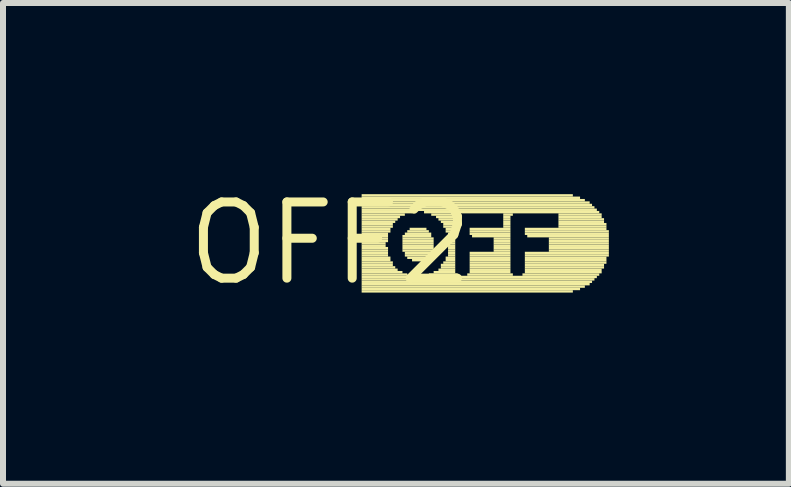
<source format=kicad_pcb>
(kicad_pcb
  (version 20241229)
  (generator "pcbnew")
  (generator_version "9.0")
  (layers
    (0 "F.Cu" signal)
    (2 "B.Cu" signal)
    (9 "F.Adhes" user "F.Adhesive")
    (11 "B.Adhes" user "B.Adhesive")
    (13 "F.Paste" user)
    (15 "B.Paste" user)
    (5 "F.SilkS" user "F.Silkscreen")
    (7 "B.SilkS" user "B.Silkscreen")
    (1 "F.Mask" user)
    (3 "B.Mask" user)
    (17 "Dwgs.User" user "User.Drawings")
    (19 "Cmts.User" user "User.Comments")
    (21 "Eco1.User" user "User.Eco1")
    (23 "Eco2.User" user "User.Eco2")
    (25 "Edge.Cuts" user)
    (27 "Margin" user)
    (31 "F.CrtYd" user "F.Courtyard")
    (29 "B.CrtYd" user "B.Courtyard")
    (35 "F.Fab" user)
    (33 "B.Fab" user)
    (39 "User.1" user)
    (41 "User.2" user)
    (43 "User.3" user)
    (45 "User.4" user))
  (footprint "OFF2"
    (layer "F.Cu")
    (at 2.457 1.006)
    (property "Reference" "OFF2" (at 0 0 0) (layer "F.SilkS") (effects (font (size 1.27 1.27) (thickness 0.15))))
    (fp_poly (pts (xy 0.52 -0.78) (xy 4.04 -0.78) (xy 4.04 -0.82) (xy 0.52 -0.82)) (stroke (width 0) (type solid)) (fill yes) (layer "F.SilkS"))
    (fp_poly (pts (xy 0.52 -0.74) (xy 4.16 -0.74) (xy 4.16 -0.78) (xy 0.52 -0.78)) (stroke (width 0) (type solid)) (fill yes) (layer "F.SilkS"))
    (fp_poly (pts (xy 0.52 -0.7) (xy 4.24 -0.7) (xy 4.24 -0.74) (xy 0.52 -0.74)) (stroke (width 0) (type solid)) (fill yes) (layer "F.SilkS"))
    (fp_poly (pts (xy 0.52 -0.66) (xy 4.32 -0.66) (xy 4.32 -0.7) (xy 0.52 -0.7)) (stroke (width 0) (type solid)) (fill yes) (layer "F.SilkS"))
    (fp_poly (pts (xy 0.52 -0.62) (xy 4.36 -0.62) (xy 4.36 -0.66) (xy 0.52 -0.66)) (stroke (width 0) (type solid)) (fill yes) (layer "F.SilkS"))
    (fp_poly (pts (xy 0.52 -0.58) (xy 4.4 -0.58) (xy 4.4 -0.62) (xy 0.52 -0.62)) (stroke (width 0) (type solid)) (fill yes) (layer "F.SilkS"))
    (fp_poly (pts (xy 0.52 -0.54) (xy 4.44 -0.54) (xy 4.44 -0.58) (xy 0.52 -0.58)) (stroke (width 0) (type solid)) (fill yes) (layer "F.SilkS"))
    (fp_poly (pts (xy 0.52 -0.5) (xy 1.36 -0.5) (xy 1.36 -0.54) (xy 0.52 -0.54)) (stroke (width 0) (type solid)) (fill yes) (layer "F.SilkS"))
    (fp_poly (pts (xy 0.52 -0.46) (xy 1.24 -0.46) (xy 1.24 -0.5) (xy 0.52 -0.5)) (stroke (width 0) (type solid)) (fill yes) (layer "F.SilkS"))
    (fp_poly (pts (xy 0.52 -0.42) (xy 1.16 -0.42) (xy 1.16 -0.46) (xy 0.52 -0.46)) (stroke (width 0) (type solid)) (fill yes) (layer "F.SilkS"))
    (fp_poly (pts (xy 0.52 -0.38) (xy 1.12 -0.38) (xy 1.12 -0.42) (xy 0.52 -0.42)) (stroke (width 0) (type solid)) (fill yes) (layer "F.SilkS"))
    (fp_poly (pts (xy 0.52 -0.34) (xy 1.08 -0.34) (xy 1.08 -0.38) (xy 0.52 -0.38)) (stroke (width 0) (type solid)) (fill yes) (layer "F.SilkS"))
    (fp_poly (pts (xy 0.52 -0.3) (xy 1.04 -0.3) (xy 1.04 -0.34) (xy 0.52 -0.34)) (stroke (width 0) (type solid)) (fill yes) (layer "F.SilkS"))
    (fp_poly (pts (xy 0.52 -0.26) (xy 1.04 -0.26) (xy 1.04 -0.3) (xy 0.52 -0.3)) (stroke (width 0) (type solid)) (fill yes) (layer "F.SilkS"))
    (fp_poly (pts (xy 0.52 -0.22) (xy 1 -0.22) (xy 1 -0.26) (xy 0.52 -0.26)) (stroke (width 0) (type solid)) (fill yes) (layer "F.SilkS"))
    (fp_poly (pts (xy 0.52 -0.18) (xy 1 -0.18) (xy 1 -0.22) (xy 0.52 -0.22)) (stroke (width 0) (type solid)) (fill yes) (layer "F.SilkS"))
    (fp_poly (pts (xy 0.52 -0.14) (xy 0.96 -0.14) (xy 0.96 -0.18) (xy 0.52 -0.18)) (stroke (width 0) (type solid)) (fill yes) (layer "F.SilkS"))
    (fp_poly (pts (xy 0.52 -0.1) (xy 0.96 -0.1) (xy 0.96 -0.14) (xy 0.52 -0.14)) (stroke (width 0) (type solid)) (fill yes) (layer "F.SilkS"))
    (fp_poly (pts (xy 0.52 -0.06) (xy 0.96 -0.06) (xy 0.96 -0.1) (xy 0.52 -0.1)) (stroke (width 0) (type solid)) (fill yes) (layer "F.SilkS"))
    (fp_poly (pts (xy 0.52 -0.02) (xy 0.96 -0.02) (xy 0.96 -0.06) (xy 0.52 -0.06)) (stroke (width 0) (type solid)) (fill yes) (layer "F.SilkS"))
    (fp_poly (pts (xy 0.52 0.02) (xy 0.92 0.02) (xy 0.92 -0.02) (xy 0.52 -0.02)) (stroke (width 0) (type solid)) (fill yes) (layer "F.SilkS"))
    (fp_poly (pts (xy 0.52 0.06) (xy 0.92 0.06) (xy 0.92 0.02) (xy 0.52 0.02)) (stroke (width 0) (type solid)) (fill yes) (layer "F.SilkS"))
    (fp_poly (pts (xy 0.52 0.1) (xy 0.96 0.1) (xy 0.96 0.06) (xy 0.52 0.06)) (stroke (width 0) (type solid)) (fill yes) (layer "F.SilkS"))
    (fp_poly (pts (xy 0.52 0.14) (xy 0.96 0.14) (xy 0.96 0.1) (xy 0.52 0.1)) (stroke (width 0) (type solid)) (fill yes) (layer "F.SilkS"))
    (fp_poly (pts (xy 0.52 0.18) (xy 0.96 0.18) (xy 0.96 0.14) (xy 0.52 0.14)) (stroke (width 0) (type solid)) (fill yes) (layer "F.SilkS"))
    (fp_poly (pts (xy 0.52 0.22) (xy 0.96 0.22) (xy 0.96 0.18) (xy 0.52 0.18)) (stroke (width 0) (type solid)) (fill yes) (layer "F.SilkS"))
    (fp_poly (pts (xy 0.52 0.26) (xy 1 0.26) (xy 1 0.22) (xy 0.52 0.22)) (stroke (width 0) (type solid)) (fill yes) (layer "F.SilkS"))
    (fp_poly (pts (xy 0.52 0.3) (xy 1 0.3) (xy 1 0.26) (xy 0.52 0.26)) (stroke (width 0) (type solid)) (fill yes) (layer "F.SilkS"))
    (fp_poly (pts (xy 0.52 0.34) (xy 1.04 0.34) (xy 1.04 0.3) (xy 0.52 0.3)) (stroke (width 0) (type solid)) (fill yes) (layer "F.SilkS"))
    (fp_poly (pts (xy 0.52 0.38) (xy 1.04 0.38) (xy 1.04 0.34) (xy 0.52 0.34)) (stroke (width 0) (type solid)) (fill yes) (layer "F.SilkS"))
    (fp_poly (pts (xy 0.52 0.42) (xy 1.08 0.42) (xy 1.08 0.38) (xy 0.52 0.38)) (stroke (width 0) (type solid)) (fill yes) (layer "F.SilkS"))
    (fp_poly (pts (xy 0.52 0.46) (xy 1.12 0.46) (xy 1.12 0.42) (xy 0.52 0.42)) (stroke (width 0) (type solid)) (fill yes) (layer "F.SilkS"))
    (fp_poly (pts (xy 0.52 0.5) (xy 1.2 0.5) (xy 1.2 0.46) (xy 0.52 0.46)) (stroke (width 0) (type solid)) (fill yes) (layer "F.SilkS"))
    (fp_poly (pts (xy 0.52 0.54) (xy 1.28 0.54) (xy 1.28 0.5) (xy 0.52 0.5)) (stroke (width 0) (type solid)) (fill yes) (layer "F.SilkS"))
    (fp_poly (pts (xy 0.52 0.58) (xy 4.44 0.58) (xy 4.44 0.54) (xy 0.52 0.54)) (stroke (width 0) (type solid)) (fill yes) (layer "F.SilkS"))
    (fp_poly (pts (xy 0.52 0.62) (xy 4.4 0.62) (xy 4.4 0.58) (xy 0.52 0.58)) (stroke (width 0) (type solid)) (fill yes) (layer "F.SilkS"))
    (fp_poly (pts (xy 0.52 0.66) (xy 4.36 0.66) (xy 4.36 0.62) (xy 0.52 0.62)) (stroke (width 0) (type solid)) (fill yes) (layer "F.SilkS"))
    (fp_poly (pts (xy 0.52 0.7) (xy 4.32 0.7) (xy 4.32 0.66) (xy 0.52 0.66)) (stroke (width 0) (type solid)) (fill yes) (layer "F.SilkS"))
    (fp_poly (pts (xy 0.52 0.74) (xy 4.24 0.74) (xy 4.24 0.7) (xy 0.52 0.7)) (stroke (width 0) (type solid)) (fill yes) (layer "F.SilkS"))
    (fp_poly (pts (xy 0.52 0.78) (xy 4.16 0.78) (xy 4.16 0.74) (xy 0.52 0.74)) (stroke (width 0) (type solid)) (fill yes) (layer "F.SilkS"))
    (fp_poly (pts (xy 0.52 0.82) (xy 4.04 0.82) (xy 4.04 0.78) (xy 0.52 0.78)) (stroke (width 0) (type solid)) (fill yes) (layer "F.SilkS"))
    (fp_poly (pts (xy 1.2 -0.1) (xy 1.68 -0.1) (xy 1.68 -0.14) (xy 1.2 -0.14)) (stroke (width 0) (type solid)) (fill yes) (layer "F.SilkS"))
    (fp_poly (pts (xy 1.2 -0.06) (xy 1.72 -0.06) (xy 1.72 -0.1) (xy 1.2 -0.1)) (stroke (width 0) (type solid)) (fill yes) (layer "F.SilkS"))
    (fp_poly (pts (xy 1.2 -0.02) (xy 1.72 -0.02) (xy 1.72 -0.06) (xy 1.2 -0.06)) (stroke (width 0) (type solid)) (fill yes) (layer "F.SilkS"))
    (fp_poly (pts (xy 1.2 0.02) (xy 1.72 0.02) (xy 1.72 -0.02) (xy 1.2 -0.02)) (stroke (width 0) (type solid)) (fill yes) (layer "F.SilkS"))
    (fp_poly (pts (xy 1.2 0.06) (xy 1.72 0.06) (xy 1.72 0.02) (xy 1.2 0.02)) (stroke (width 0) (type solid)) (fill yes) (layer "F.SilkS"))
    (fp_poly (pts (xy 1.2 0.1) (xy 1.72 0.1) (xy 1.72 0.06) (xy 1.2 0.06)) (stroke (width 0) (type solid)) (fill yes) (layer "F.SilkS"))
    (fp_poly (pts (xy 1.2 0.14) (xy 1.72 0.14) (xy 1.72 0.1) (xy 1.2 0.1)) (stroke (width 0) (type solid)) (fill yes) (layer "F.SilkS"))
    (fp_poly (pts (xy 1.24 -0.14) (xy 1.68 -0.14) (xy 1.68 -0.18) (xy 1.24 -0.18)) (stroke (width 0) (type solid)) (fill yes) (layer "F.SilkS"))
    (fp_poly (pts (xy 1.24 0.18) (xy 1.68 0.18) (xy 1.68 0.14) (xy 1.24 0.14)) (stroke (width 0) (type solid)) (fill yes) (layer "F.SilkS"))
    (fp_poly (pts (xy 1.24 0.22) (xy 1.68 0.22) (xy 1.68 0.18) (xy 1.24 0.18)) (stroke (width 0) (type solid)) (fill yes) (layer "F.SilkS"))
    (fp_poly (pts (xy 1.28 -0.18) (xy 1.64 -0.18) (xy 1.64 -0.22) (xy 1.28 -0.22)) (stroke (width 0) (type solid)) (fill yes) (layer "F.SilkS"))
    (fp_poly (pts (xy 1.28 0.26) (xy 1.64 0.26) (xy 1.64 0.22) (xy 1.28 0.22)) (stroke (width 0) (type solid)) (fill yes) (layer "F.SilkS"))
    (fp_poly (pts (xy 1.32 -0.22) (xy 1.6 -0.22) (xy 1.6 -0.26) (xy 1.32 -0.26)) (stroke (width 0) (type solid)) (fill yes) (layer "F.SilkS"))
    (fp_poly (pts (xy 1.36 0.3) (xy 1.56 0.3) (xy 1.56 0.26) (xy 1.36 0.26)) (stroke (width 0) (type solid)) (fill yes) (layer "F.SilkS"))
    (fp_poly (pts (xy 1.56 -0.5) (xy 4.48 -0.5) (xy 4.48 -0.54) (xy 1.56 -0.54)) (stroke (width 0) (type solid)) (fill yes) (layer "F.SilkS"))
    (fp_poly (pts (xy 1.64 0.54) (xy 2.12 0.54) (xy 2.12 0.5) (xy 1.64 0.5)) (stroke (width 0) (type solid)) (fill yes) (layer "F.SilkS"))
    (fp_poly (pts (xy 1.68 -0.46) (xy 2.12 -0.46) (xy 2.12 -0.5) (xy 1.68 -0.5)) (stroke (width 0) (type solid)) (fill yes) (layer "F.SilkS"))
    (fp_poly (pts (xy 1.72 0.5) (xy 2.08 0.5) (xy 2.08 0.46) (xy 1.72 0.46)) (stroke (width 0) (type solid)) (fill yes) (layer "F.SilkS"))
    (fp_poly (pts (xy 1.76 -0.42) (xy 2.08 -0.42) (xy 2.08 -0.46) (xy 1.76 -0.46)) (stroke (width 0) (type solid)) (fill yes) (layer "F.SilkS"))
    (fp_poly (pts (xy 1.8 -0.38) (xy 2.08 -0.38) (xy 2.08 -0.42) (xy 1.8 -0.42)) (stroke (width 0) (type solid)) (fill yes) (layer "F.SilkS"))
    (fp_poly (pts (xy 1.8 0.46) (xy 2.08 0.46) (xy 2.08 0.42) (xy 1.8 0.42)) (stroke (width 0) (type solid)) (fill yes) (layer "F.SilkS"))
    (fp_poly (pts (xy 1.84 -0.34) (xy 2.08 -0.34) (xy 2.08 -0.38) (xy 1.84 -0.38)) (stroke (width 0) (type solid)) (fill yes) (layer "F.SilkS"))
    (fp_poly (pts (xy 1.84 0.38) (xy 2.08 0.38) (xy 2.08 0.34) (xy 1.84 0.34)) (stroke (width 0) (type solid)) (fill yes) (layer "F.SilkS"))
    (fp_poly (pts (xy 1.84 0.42) (xy 2.08 0.42) (xy 2.08 0.38) (xy 1.84 0.38)) (stroke (width 0) (type solid)) (fill yes) (layer "F.SilkS"))
    (fp_poly (pts (xy 1.88 -0.3) (xy 2.08 -0.3) (xy 2.08 -0.34) (xy 1.88 -0.34)) (stroke (width 0) (type solid)) (fill yes) (layer "F.SilkS"))
    (fp_poly (pts (xy 1.88 -0.26) (xy 2.08 -0.26) (xy 2.08 -0.3) (xy 1.88 -0.3)) (stroke (width 0) (type solid)) (fill yes) (layer "F.SilkS"))
    (fp_poly (pts (xy 1.88 0.34) (xy 2.08 0.34) (xy 2.08 0.3) (xy 1.88 0.3)) (stroke (width 0) (type solid)) (fill yes) (layer "F.SilkS"))
    (fp_poly (pts (xy 1.92 -0.22) (xy 2.08 -0.22) (xy 2.08 -0.26) (xy 1.92 -0.26)) (stroke (width 0) (type solid)) (fill yes) (layer "F.SilkS"))
    (fp_poly (pts (xy 1.92 -0.18) (xy 2.08 -0.18) (xy 2.08 -0.22) (xy 1.92 -0.22)) (stroke (width 0) (type solid)) (fill yes) (layer "F.SilkS"))
    (fp_poly (pts (xy 1.92 0.26) (xy 2.08 0.26) (xy 2.08 0.22) (xy 1.92 0.22)) (stroke (width 0) (type solid)) (fill yes) (layer "F.SilkS"))
    (fp_poly (pts (xy 1.92 0.3) (xy 2.08 0.3) (xy 2.08 0.26) (xy 1.92 0.26)) (stroke (width 0) (type solid)) (fill yes) (layer "F.SilkS"))
    (fp_poly (pts (xy 1.96 -0.14) (xy 2.08 -0.14) (xy 2.08 -0.18) (xy 1.96 -0.18)) (stroke (width 0) (type solid)) (fill yes) (layer "F.SilkS"))
    (fp_poly (pts (xy 1.96 -0.1) (xy 2.08 -0.1) (xy 2.08 -0.14) (xy 1.96 -0.14)) (stroke (width 0) (type solid)) (fill yes) (layer "F.SilkS"))
    (fp_poly (pts (xy 1.96 -0.06) (xy 2.08 -0.06) (xy 2.08 -0.1) (xy 1.96 -0.1)) (stroke (width 0) (type solid)) (fill yes) (layer "F.SilkS"))
    (fp_poly (pts (xy 1.96 -0.02) (xy 2.08 -0.02) (xy 2.08 -0.06) (xy 1.96 -0.06)) (stroke (width 0) (type solid)) (fill yes) (layer "F.SilkS"))
    (fp_poly (pts (xy 1.96 0.02) (xy 2.08 0.02) (xy 2.08 -0.02) (xy 1.96 -0.02)) (stroke (width 0) (type solid)) (fill yes) (layer "F.SilkS"))
    (fp_poly (pts (xy 1.96 0.06) (xy 2.08 0.06) (xy 2.08 0.02) (xy 1.96 0.02)) (stroke (width 0) (type solid)) (fill yes) (layer "F.SilkS"))
    (fp_poly (pts (xy 1.96 0.1) (xy 2.08 0.1) (xy 2.08 0.06) (xy 1.96 0.06)) (stroke (width 0) (type solid)) (fill yes) (layer "F.SilkS"))
    (fp_poly (pts (xy 1.96 0.14) (xy 2.08 0.14) (xy 2.08 0.1) (xy 1.96 0.1)) (stroke (width 0) (type solid)) (fill yes) (layer "F.SilkS"))
    (fp_poly (pts (xy 1.96 0.18) (xy 2.08 0.18) (xy 2.08 0.14) (xy 1.96 0.14)) (stroke (width 0) (type solid)) (fill yes) (layer "F.SilkS"))
    (fp_poly (pts (xy 1.96 0.22) (xy 2.08 0.22) (xy 2.08 0.18) (xy 1.96 0.18)) (stroke (width 0) (type solid)) (fill yes) (layer "F.SilkS"))
    (fp_poly (pts (xy 2.28 0.54) (xy 3.04 0.54) (xy 3.04 0.5) (xy 2.28 0.5)) (stroke (width 0) (type solid)) (fill yes) (layer "F.SilkS"))
    (fp_poly (pts (xy 2.32 -0.22) (xy 3 -0.22) (xy 3 -0.26) (xy 2.32 -0.26)) (stroke (width 0) (type solid)) (fill yes) (layer "F.SilkS"))
    (fp_poly (pts (xy 2.32 -0.18) (xy 3 -0.18) (xy 3 -0.22) (xy 2.32 -0.22)) (stroke (width 0) (type solid)) (fill yes) (layer "F.SilkS"))
    (fp_poly (pts (xy 2.32 -0.14) (xy 3 -0.14) (xy 3 -0.18) (xy 2.32 -0.18)) (stroke (width 0) (type solid)) (fill yes) (layer "F.SilkS"))
    (fp_poly (pts (xy 2.32 0.18) (xy 3 0.18) (xy 3 0.14) (xy 2.32 0.14)) (stroke (width 0) (type solid)) (fill yes) (layer "F.SilkS"))
    (fp_poly (pts (xy 2.32 0.22) (xy 3 0.22) (xy 3 0.18) (xy 2.32 0.18)) (stroke (width 0) (type solid)) (fill yes) (layer "F.SilkS"))
    (fp_poly (pts (xy 2.32 0.26) (xy 3 0.26) (xy 3 0.22) (xy 2.32 0.22)) (stroke (width 0) (type solid)) (fill yes) (layer "F.SilkS"))
    (fp_poly (pts (xy 2.32 0.3) (xy 3 0.3) (xy 3 0.26) (xy 2.32 0.26)) (stroke (width 0) (type solid)) (fill yes) (layer "F.SilkS"))
    (fp_poly (pts (xy 2.32 0.34) (xy 3 0.34) (xy 3 0.3) (xy 2.32 0.3)) (stroke (width 0) (type solid)) (fill yes) (layer "F.SilkS"))
    (fp_poly (pts (xy 2.32 0.38) (xy 3 0.38) (xy 3 0.34) (xy 2.32 0.34)) (stroke (width 0) (type solid)) (fill yes) (layer "F.SilkS"))
    (fp_poly (pts (xy 2.32 0.42) (xy 3 0.42) (xy 3 0.38) (xy 2.32 0.38)) (stroke (width 0) (type solid)) (fill yes) (layer "F.SilkS"))
    (fp_poly (pts (xy 2.32 0.46) (xy 3 0.46) (xy 3 0.42) (xy 2.32 0.42)) (stroke (width 0) (type solid)) (fill yes) (layer "F.SilkS"))
    (fp_poly (pts (xy 2.32 0.5) (xy 3 0.5) (xy 3 0.46) (xy 2.32 0.46)) (stroke (width 0) (type solid)) (fill yes) (layer "F.SilkS"))
    (fp_poly (pts (xy 2.36 -0.1) (xy 3 -0.1) (xy 3 -0.14) (xy 2.36 -0.14)) (stroke (width 0) (type solid)) (fill yes) (layer "F.SilkS"))
    (fp_poly (pts (xy 2.72 -0.06) (xy 3 -0.06) (xy 3 -0.1) (xy 2.72 -0.1)) (stroke (width 0) (type solid)) (fill yes) (layer "F.SilkS"))
    (fp_poly (pts (xy 2.72 -0.02) (xy 3 -0.02) (xy 3 -0.06) (xy 2.72 -0.06)) (stroke (width 0) (type solid)) (fill yes) (layer "F.SilkS"))
    (fp_poly (pts (xy 2.72 0.02) (xy 3 0.02) (xy 3 -0.02) (xy 2.72 -0.02)) (stroke (width 0) (type solid)) (fill yes) (layer "F.SilkS"))
    (fp_poly (pts (xy 2.72 0.06) (xy 3 0.06) (xy 3 0.02) (xy 2.72 0.02)) (stroke (width 0) (type solid)) (fill yes) (layer "F.SilkS"))
    (fp_poly (pts (xy 2.72 0.1) (xy 3 0.1) (xy 3 0.06) (xy 2.72 0.06)) (stroke (width 0) (type solid)) (fill yes) (layer "F.SilkS"))
    (fp_poly (pts (xy 2.72 0.14) (xy 3 0.14) (xy 3 0.1) (xy 2.72 0.1)) (stroke (width 0) (type solid)) (fill yes) (layer "F.SilkS"))
    (fp_poly (pts (xy 2.88 -0.46) (xy 3.04 -0.46) (xy 3.04 -0.5) (xy 2.88 -0.5)) (stroke (width 0) (type solid)) (fill yes) (layer "F.SilkS"))
    (fp_poly (pts (xy 2.88 -0.42) (xy 3 -0.42) (xy 3 -0.46) (xy 2.88 -0.46)) (stroke (width 0) (type solid)) (fill yes) (layer "F.SilkS"))
    (fp_poly (pts (xy 2.88 -0.38) (xy 3 -0.38) (xy 3 -0.42) (xy 2.88 -0.42)) (stroke (width 0) (type solid)) (fill yes) (layer "F.SilkS"))
    (fp_poly (pts (xy 2.88 -0.34) (xy 3 -0.34) (xy 3 -0.38) (xy 2.88 -0.38)) (stroke (width 0) (type solid)) (fill yes) (layer "F.SilkS"))
    (fp_poly (pts (xy 2.88 -0.3) (xy 3 -0.3) (xy 3 -0.34) (xy 2.88 -0.34)) (stroke (width 0) (type solid)) (fill yes) (layer "F.SilkS"))
    (fp_poly (pts (xy 2.88 -0.26) (xy 3 -0.26) (xy 3 -0.3) (xy 2.88 -0.3)) (stroke (width 0) (type solid)) (fill yes) (layer "F.SilkS"))
    (fp_poly (pts (xy 3.2 0.54) (xy 4.48 0.54) (xy 4.48 0.5) (xy 3.2 0.5)) (stroke (width 0) (type solid)) (fill yes) (layer "F.SilkS"))
    (fp_poly (pts (xy 3.24 -0.22) (xy 4.6 -0.22) (xy 4.6 -0.26) (xy 3.24 -0.26)) (stroke (width 0) (type solid)) (fill yes) (layer "F.SilkS"))
    (fp_poly (pts (xy 3.24 -0.18) (xy 4.64 -0.18) (xy 4.64 -0.22) (xy 3.24 -0.22)) (stroke (width 0) (type solid)) (fill yes) (layer "F.SilkS"))
    (fp_poly (pts (xy 3.24 -0.14) (xy 4.64 -0.14) (xy 4.64 -0.18) (xy 3.24 -0.18)) (stroke (width 0) (type solid)) (fill yes) (layer "F.SilkS"))
    (fp_poly (pts (xy 3.24 0.18) (xy 4.64 0.18) (xy 4.64 0.14) (xy 3.24 0.14)) (stroke (width 0) (type solid)) (fill yes) (layer "F.SilkS"))
    (fp_poly (pts (xy 3.24 0.22) (xy 4.64 0.22) (xy 4.64 0.18) (xy 3.24 0.18)) (stroke (width 0) (type solid)) (fill yes) (layer "F.SilkS"))
    (fp_poly (pts (xy 3.24 0.26) (xy 4.6 0.26) (xy 4.6 0.22) (xy 3.24 0.22)) (stroke (width 0) (type solid)) (fill yes) (layer "F.SilkS"))
    (fp_poly (pts (xy 3.24 0.3) (xy 4.6 0.3) (xy 4.6 0.26) (xy 3.24 0.26)) (stroke (width 0) (type solid)) (fill yes) (layer "F.SilkS"))
    (fp_poly (pts (xy 3.24 0.34) (xy 4.6 0.34) (xy 4.6 0.3) (xy 3.24 0.3)) (stroke (width 0) (type solid)) (fill yes) (layer "F.SilkS"))
    (fp_poly (pts (xy 3.24 0.38) (xy 4.56 0.38) (xy 4.56 0.34) (xy 3.24 0.34)) (stroke (width 0) (type solid)) (fill yes) (layer "F.SilkS"))
    (fp_poly (pts (xy 3.24 0.42) (xy 4.56 0.42) (xy 4.56 0.38) (xy 3.24 0.38)) (stroke (width 0) (type solid)) (fill yes) (layer "F.SilkS"))
    (fp_poly (pts (xy 3.24 0.46) (xy 4.52 0.46) (xy 4.52 0.42) (xy 3.24 0.42)) (stroke (width 0) (type solid)) (fill yes) (layer "F.SilkS"))
    (fp_poly (pts (xy 3.24 0.5) (xy 4.52 0.5) (xy 4.52 0.46) (xy 3.24 0.46)) (stroke (width 0) (type solid)) (fill yes) (layer "F.SilkS"))
    (fp_poly (pts (xy 3.28 -0.1) (xy 4.64 -0.1) (xy 4.64 -0.14) (xy 3.28 -0.14)) (stroke (width 0) (type solid)) (fill yes) (layer "F.SilkS"))
    (fp_poly (pts (xy 3.64 -0.06) (xy 4.64 -0.06) (xy 4.64 -0.1) (xy 3.64 -0.1)) (stroke (width 0) (type solid)) (fill yes) (layer "F.SilkS"))
    (fp_poly (pts (xy 3.64 -0.02) (xy 4.64 -0.02) (xy 4.64 -0.06) (xy 3.64 -0.06)) (stroke (width 0) (type solid)) (fill yes) (layer "F.SilkS"))
    (fp_poly (pts (xy 3.64 0.02) (xy 4.64 0.02) (xy 4.64 -0.02) (xy 3.64 -0.02)) (stroke (width 0) (type solid)) (fill yes) (layer "F.SilkS"))
    (fp_poly (pts (xy 3.64 0.06) (xy 4.64 0.06) (xy 4.64 0.02) (xy 3.64 0.02)) (stroke (width 0) (type solid)) (fill yes) (layer "F.SilkS"))
    (fp_poly (pts (xy 3.64 0.1) (xy 4.64 0.1) (xy 4.64 0.06) (xy 3.64 0.06)) (stroke (width 0) (type solid)) (fill yes) (layer "F.SilkS"))
    (fp_poly (pts (xy 3.64 0.14) (xy 4.64 0.14) (xy 4.64 0.1) (xy 3.64 0.1)) (stroke (width 0) (type solid)) (fill yes) (layer "F.SilkS"))
    (fp_poly (pts (xy 3.8 -0.46) (xy 4.52 -0.46) (xy 4.52 -0.5) (xy 3.8 -0.5)) (stroke (width 0) (type solid)) (fill yes) (layer "F.SilkS"))
    (fp_poly (pts (xy 3.8 -0.42) (xy 4.52 -0.42) (xy 4.52 -0.46) (xy 3.8 -0.46)) (stroke (width 0) (type solid)) (fill yes) (layer "F.SilkS"))
    (fp_poly (pts (xy 3.8 -0.38) (xy 4.56 -0.38) (xy 4.56 -0.42) (xy 3.8 -0.42)) (stroke (width 0) (type solid)) (fill yes) (layer "F.SilkS"))
    (fp_poly (pts (xy 3.8 -0.34) (xy 4.56 -0.34) (xy 4.56 -0.38) (xy 3.8 -0.38)) (stroke (width 0) (type solid)) (fill yes) (layer "F.SilkS"))
    (fp_poly (pts (xy 3.8 -0.3) (xy 4.6 -0.3) (xy 4.6 -0.34) (xy 3.8 -0.34)) (stroke (width 0) (type solid)) (fill yes) (layer "F.SilkS"))
    (fp_poly (pts (xy 3.8 -0.26) (xy 4.6 -0.26) (xy 4.6 -0.3) (xy 3.8 -0.3)) (stroke (width 0) (type solid)) (fill yes) (layer "F.SilkS")))
  (gr_rect
    (start -3 -3)
    (end 10.097 5.012)
    (stroke (width 0.1) (type default))
    (fill no)
    (layer "Edge.Cuts")))
</source>
